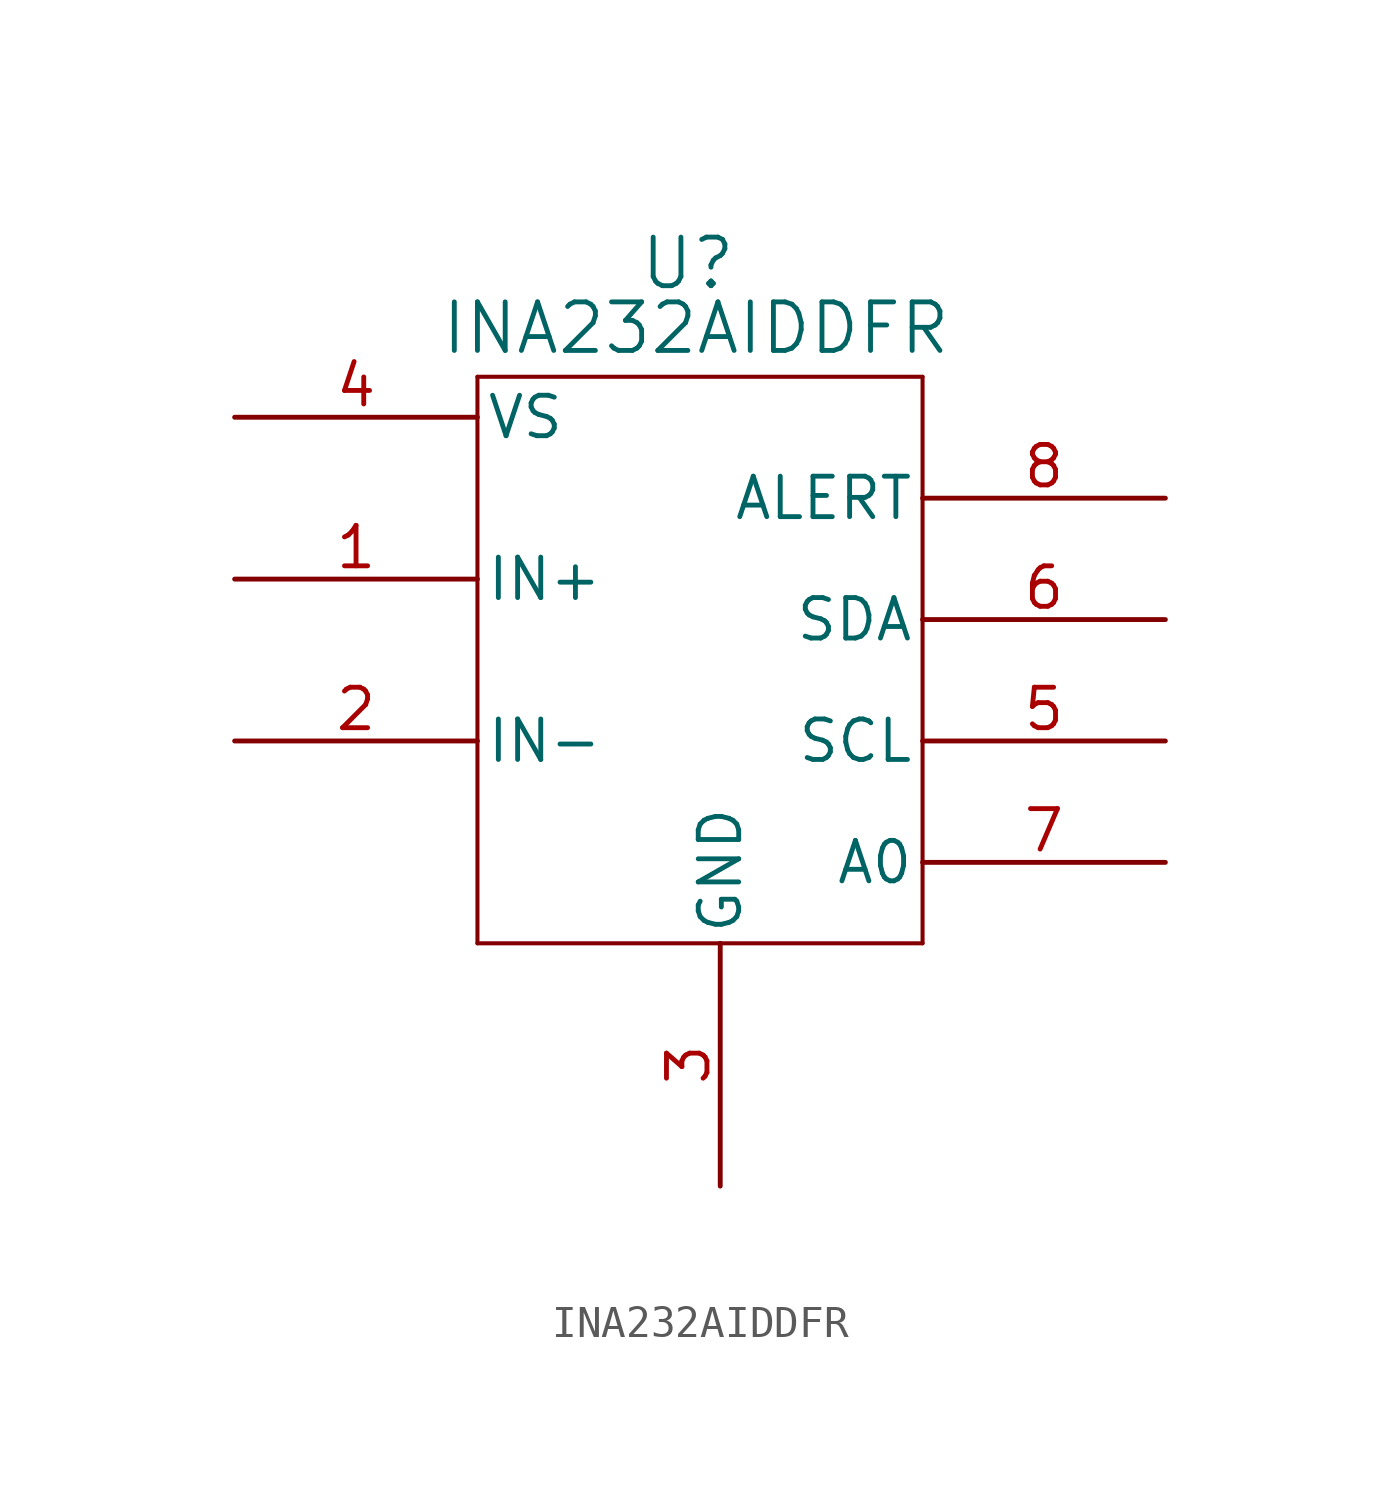
<source format=kicad_sym>
(kicad_symbol_lib
  (version 20231120)
  (generator "kicad_symbol_editor")
  (generator_version "8.0")
  (symbol "INA232AIDDFR"
    (pin_names
      (offset 0.254))
    (property "Reference" "U"
      (at 14.224 8.636 0)
      (effects (font (size 1.524 1.524))))
    (property "Value" "INA232AIDDFR"
      (at 14.478 6.604 0)
      (effects (font (size 1.524 1.524))))
    (property "ki_locked" ""
      (at 0 0 0)
      (effects (font (size 1.27 1.27))))
    (symbol "INA232AIDDFR_0_1"
      (polyline (pts (xy 7.62 -12.7) (xy 21.59 -12.7)) (stroke (width 0.127) (type default)) (fill (type none)))
      (polyline (pts (xy 7.62 5.08) (xy 7.62 -12.7)) (stroke (width 0.127) (type default)) (fill (type none)))
      (polyline (pts (xy 21.59 -12.7) (xy 21.59 5.08)) (stroke (width 0.127) (type default)) (fill (type none)))
      (polyline (pts (xy 21.59 5.08) (xy 7.62 5.08)) (stroke (width 0.127) (type default)) (fill (type none)))
      (pin input line (at 0 -1.27 0) (length 7.62) (name "IN+" (effects (font (size 1.27 1.27)))) (number "1" (effects (font (size 1.27 1.27)))))
      (pin input line (at 0 -6.35 0) (length 7.62) (name "IN-" (effects (font (size 1.27 1.27)))) (number "2" (effects (font (size 1.27 1.27)))))
      (pin power_out line (at 15.24 -20.32 90) (length 7.62) (name "GND" (effects (font (size 1.27 1.27)))) (number "3" (effects (font (size 1.27 1.27)))))
      (pin unspecified line (at 0 3.81 0) (length 7.62) (name "VS" (effects (font (size 1.27 1.27)))) (number "4" (effects (font (size 1.27 1.27)))))
      (pin unspecified line (at 29.21 -6.35 180) (length 7.62) (name "SCL" (effects (font (size 1.27 1.27)))) (number "5" (effects (font (size 1.27 1.27)))))
      (pin unspecified line (at 29.21 -2.54 180) (length 7.62) (name "SDA" (effects (font (size 1.27 1.27)))) (number "6" (effects (font (size 1.27 1.27)))))
      (pin unspecified line (at 29.21 -10.16 180) (length 7.62) (name "A0" (effects (font (size 1.27 1.27)))) (number "7" (effects (font (size 1.27 1.27)))))
      (pin unspecified line (at 29.21 1.27 180) (length 7.62) (name "ALERT" (effects (font (size 1.27 1.27)))) (number "8" (effects (font (size 1.27 1.27))))))))
</source>
